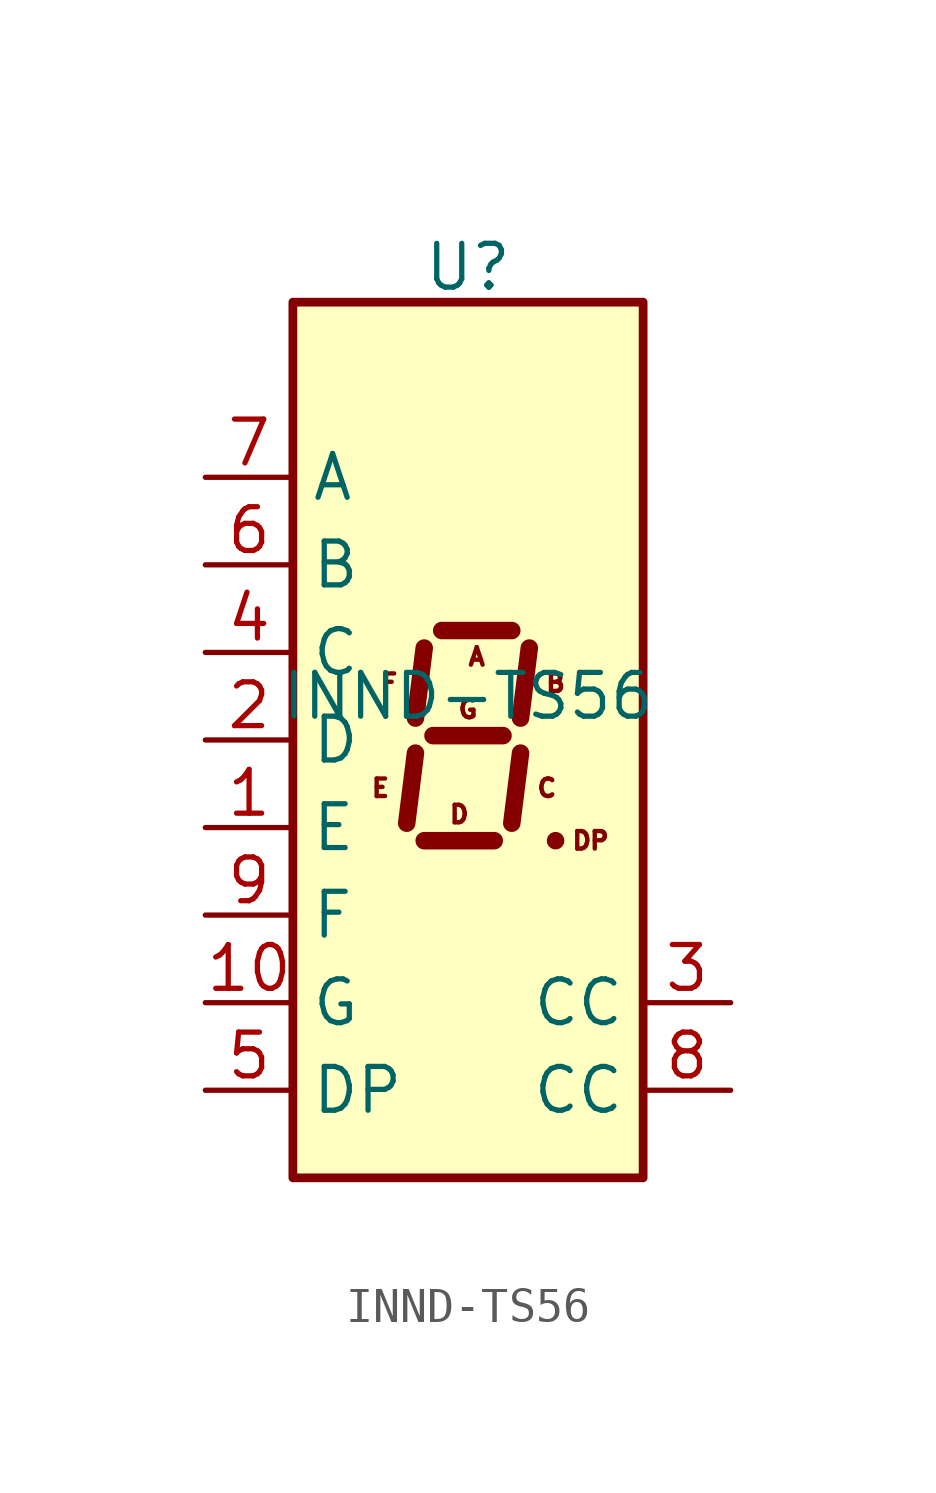
<source format=kicad_sym>
(kicad_symbol_lib
  (version 20231120)
  (generator "kicad_symbol_editor")
  (generator_version "8.0")
  (symbol "INND-TS56"
    (property "Reference" "U"
      (at 0 13.716 0)
      (effects (font (size 1.27 1.27))))
    (property "Value" "INND-TS56"
      (at 0 1.27 0)
      (effects (font (size 1.27 1.27))))
    (symbol "INND-TS56_1_0"
      (text "A" (at 0.254 2.413 0) (effects (font (size 0.508 0.508))))
      (text "B" (at 2.54 1.651 0) (effects (font (size 0.508 0.508))))
      (text "C" (at 2.286 -1.397 0) (effects (font (size 0.508 0.508))))
      (text "D" (at -0.254 -2.159 0) (effects (font (size 0.508 0.508))))
      (text "DP" (at 3.556 -2.921 0) (effects (font (size 0.508 0.508))))
      (text "E" (at -2.54 -1.397 0) (effects (font (size 0.508 0.508))))
      (text "F" (at -2.286 1.651 0) (effects (font (size 0.508 0.508))))
      (text "G" (at 0 0.889 0) (effects (font (size 0.508 0.508)))))
    (symbol "INND-TS56_1_1"
      (rectangle (start -5.08 12.7) (end 5.08 -12.7) (stroke (width 0.254) (type solid)) (fill (type background)))
      (polyline (pts (xy -1.524 -0.381) (xy -1.778 -2.413)) (stroke (width 0.508) (type solid)) (fill (type none)))
      (polyline (pts (xy -1.27 -2.921) (xy 0.762 -2.921)) (stroke (width 0.508) (type solid)) (fill (type none)))
      (polyline (pts (xy -1.27 2.667) (xy -1.524 0.635)) (stroke (width 0.508) (type solid)) (fill (type none)))
      (polyline (pts (xy -1.016 0.127) (xy 1.016 0.127)) (stroke (width 0.508) (type solid)) (fill (type none)))
      (polyline (pts (xy -0.762 3.175) (xy 1.27 3.175)) (stroke (width 0.508) (type solid)) (fill (type none)))
      (polyline (pts (xy 1.524 -0.381) (xy 1.27 -2.413)) (stroke (width 0.508) (type solid)) (fill (type none)))
      (polyline (pts (xy 1.778 2.667) (xy 1.524 0.635)) (stroke (width 0.508) (type solid)) (fill (type none)))
      (polyline (pts (xy 2.54 -2.921) (xy 2.54 -2.921)) (stroke (width 0.508) (type solid)) (fill (type none)))
      (pin input line (at -7.62 -2.54 0) (length 2.54) (name "E" (effects (font (size 1.27 1.27)))) (number "1" (effects (font (size 1.27 1.27)))))
      (pin input line (at -7.62 -7.62 0) (length 2.54) (name "G" (effects (font (size 1.27 1.27)))) (number "10" (effects (font (size 1.27 1.27)))))
      (pin input line (at -7.62 0 0) (length 2.54) (name "D" (effects (font (size 1.27 1.27)))) (number "2" (effects (font (size 1.27 1.27)))))
      (pin input line (at 7.62 -7.62 180) (length 2.54) (name "CC" (effects (font (size 1.27 1.27)))) (number "3" (effects (font (size 1.27 1.27)))))
      (pin input line (at -7.62 2.54 0) (length 2.54) (name "C" (effects (font (size 1.27 1.27)))) (number "4" (effects (font (size 1.27 1.27)))))
      (pin input line (at -7.62 -10.16 0) (length 2.54) (name "DP" (effects (font (size 1.27 1.27)))) (number "5" (effects (font (size 1.27 1.27)))))
      (pin input line (at -7.62 5.08 0) (length 2.54) (name "B" (effects (font (size 1.27 1.27)))) (number "6" (effects (font (size 1.27 1.27)))))
      (pin input line (at -7.62 7.62 0) (length 2.54) (name "A" (effects (font (size 1.27 1.27)))) (number "7" (effects (font (size 1.27 1.27)))))
      (pin input line (at 7.62 -10.16 180) (length 2.54) (name "CC" (effects (font (size 1.27 1.27)))) (number "8" (effects (font (size 1.27 1.27)))))
      (pin input line (at -7.62 -5.08 0) (length 2.54) (name "F" (effects (font (size 1.27 1.27)))) (number "9" (effects (font (size 1.27 1.27))))))))
</source>
